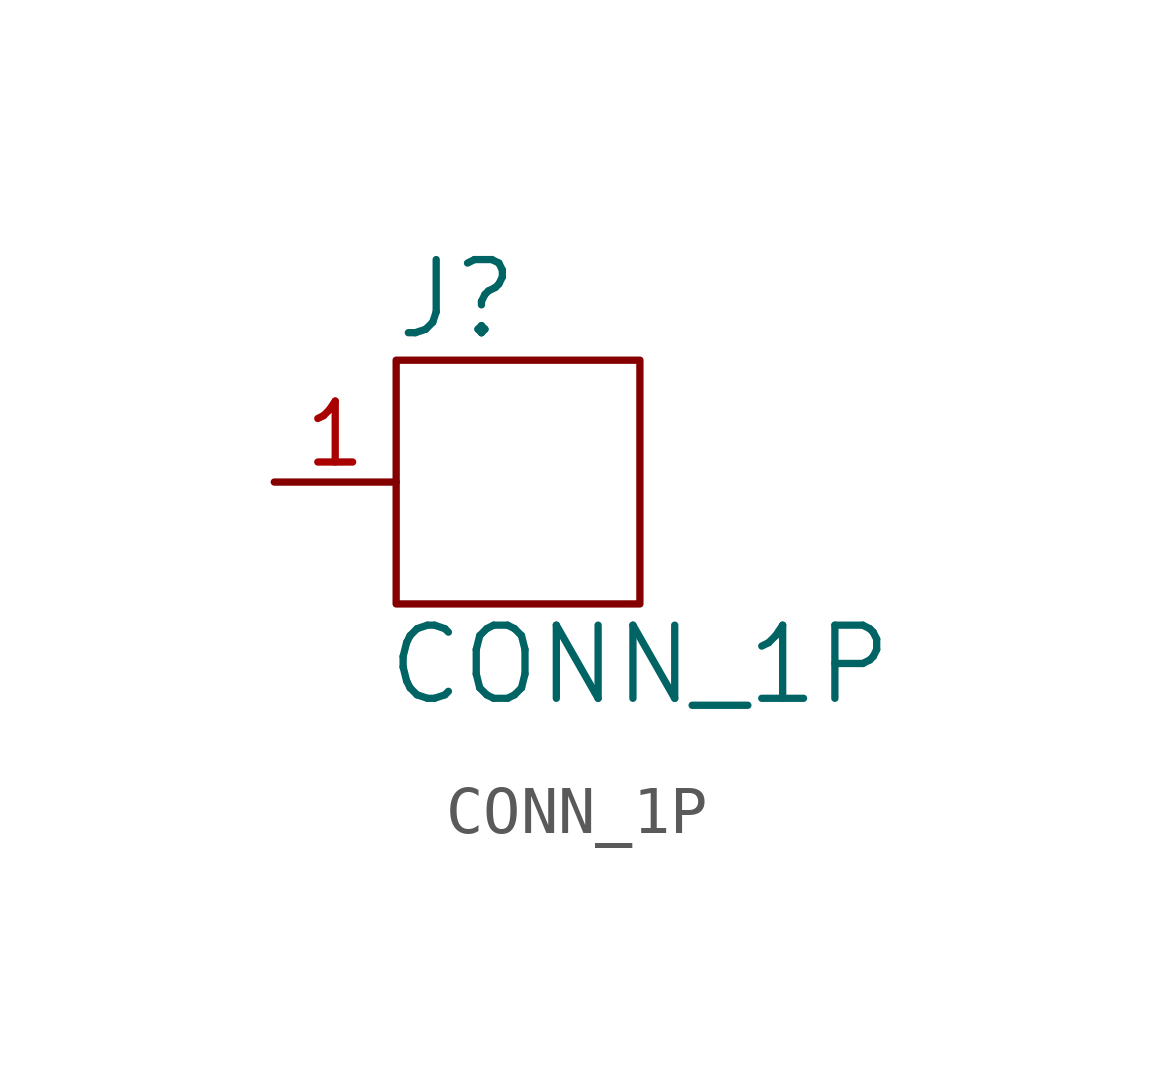
<source format=kicad_sym>
(kicad_symbol_lib
  (version 20211014)
  (generator kicad_symbol_editor)
  (symbol "CONN_1P"
    (pin_names
      (offset 1.016) hide)
    (property "Reference" "J"
      (at -1.27 3.81 0)
      (effects (font (size 1.524 1.524))))
    (property "Value" "CONN_1P"
      (at 2.54 -3.81 0)
      (effects (font (size 1.524 1.524))))
    (property "Footprint" ""
      (at 0 0 0)
      (effects (font (size 1.524 1.524))))
    (property "Datasheet" ""
      (at 0 0 0)
      (effects (font (size 1.524 1.524))))
    (symbol "CONN_1P_0_1"
      (rectangle (start -2.54 2.54) (end 2.54 -2.54) (stroke (width 0) (type default) (color 0 0 0 0)) (fill (type none))))
    (symbol "CONN_1P_1_1"
      (pin passive line (at -5.08 0 0) (length 2.54) (name "1" (effects (font (size 1.27 1.27)))) (number "1" (effects (font (size 1.27 1.27))))))))
</source>
